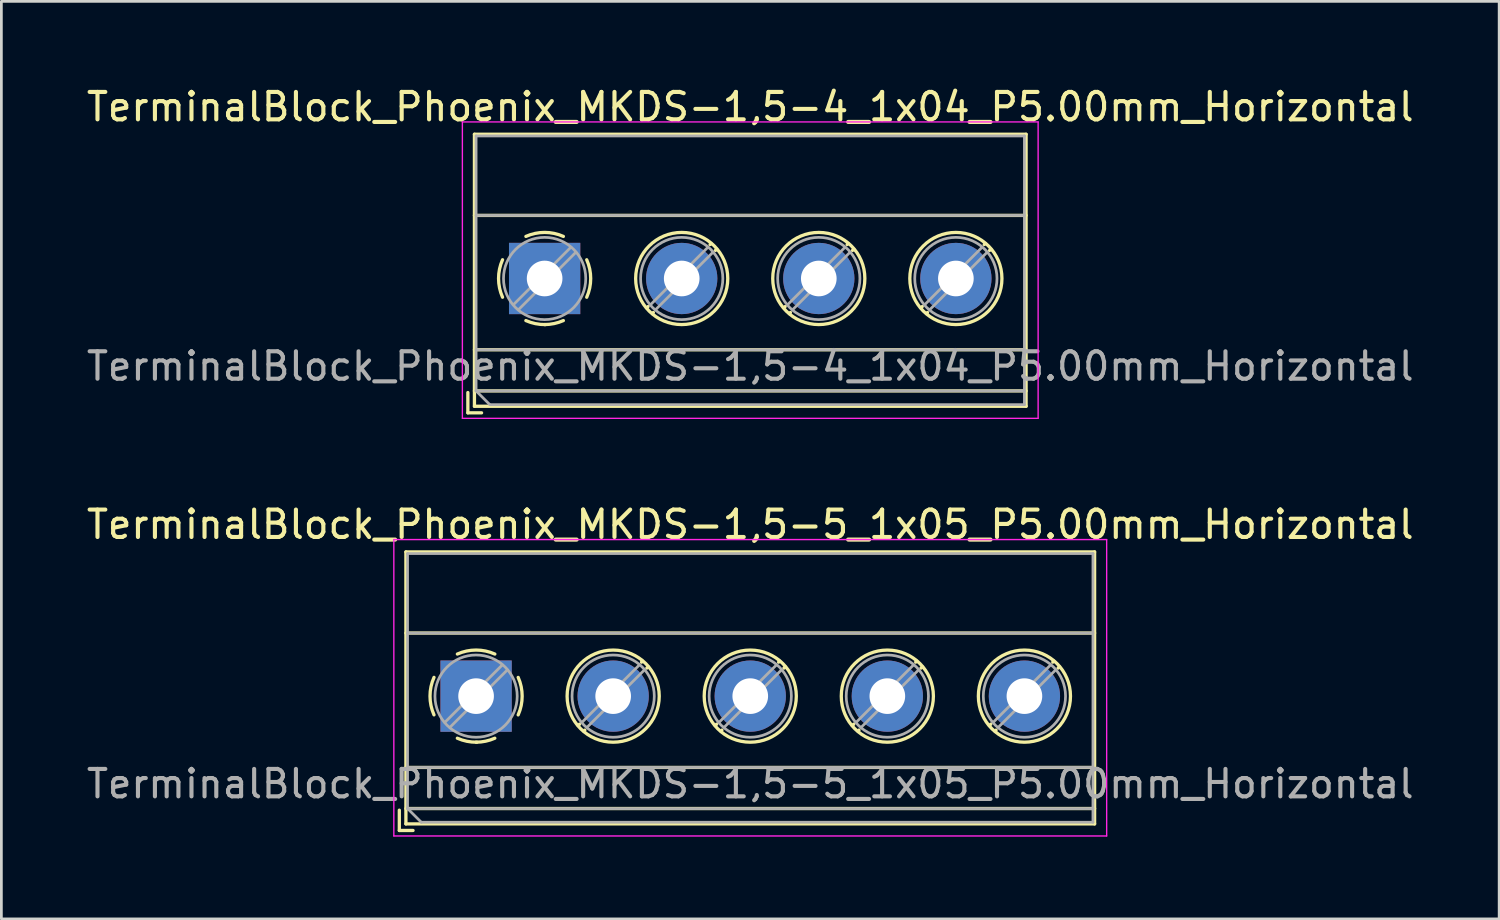
<source format=kicad_pcb>
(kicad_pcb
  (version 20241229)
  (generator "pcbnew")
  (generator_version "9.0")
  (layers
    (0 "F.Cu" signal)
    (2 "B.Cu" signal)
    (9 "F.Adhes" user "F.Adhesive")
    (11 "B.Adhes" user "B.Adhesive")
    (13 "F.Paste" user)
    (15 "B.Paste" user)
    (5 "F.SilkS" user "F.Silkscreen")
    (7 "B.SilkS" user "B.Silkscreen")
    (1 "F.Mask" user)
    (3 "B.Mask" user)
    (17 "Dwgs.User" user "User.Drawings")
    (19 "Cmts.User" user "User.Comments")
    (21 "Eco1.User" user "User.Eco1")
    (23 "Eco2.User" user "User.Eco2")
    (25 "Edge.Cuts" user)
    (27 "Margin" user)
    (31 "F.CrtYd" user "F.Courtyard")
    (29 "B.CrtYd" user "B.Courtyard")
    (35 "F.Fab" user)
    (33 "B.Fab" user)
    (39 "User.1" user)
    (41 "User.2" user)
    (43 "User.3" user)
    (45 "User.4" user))
  (footprint "TerminalBlock_Phoenix_MKDS-1,5-5_1x05_P5.00mm_Horizontal"
    (layer "F.Cu")
    (at 14.315 22.341)
    (property "Reference" "TerminalBlock_Phoenix_MKDS-1,5-5_1x05_P5.00mm_Horizontal" (at 10 -6.26 0) (layer "F.SilkS") (effects (font (size 1 1) (thickness 0.15))))
    (attr through_hole)
    (fp_line (start -2.8 4.16) (end -2.8 4.9) (stroke (width 0.12) (type solid)) (layer "F.SilkS"))
    (fp_line (start -2.8 4.9) (end -2.3 4.9) (stroke (width 0.12) (type solid)) (layer "F.SilkS"))
    (fp_line (start -2.56 -5.261) (end -2.56 4.66) (stroke (width 0.12) (type solid)) (layer "F.SilkS"))
    (fp_line (start -2.56 -5.261) (end 22.56 -5.261) (stroke (width 0.12) (type solid)) (layer "F.SilkS"))
    (fp_line (start -2.56 -2.301) (end 22.56 -2.301) (stroke (width 0.12) (type solid)) (layer "F.SilkS"))
    (fp_line (start -2.56 2.6) (end 22.56 2.6) (stroke (width 0.12) (type solid)) (layer "F.SilkS"))
    (fp_line (start -2.56 4.1) (end 22.56 4.1) (stroke (width 0.12) (type solid)) (layer "F.SilkS"))
    (fp_line (start -2.56 4.66) (end 22.56 4.66) (stroke (width 0.12) (type solid)) (layer "F.SilkS"))
    (fp_line (start 3.773 1.023) (end 3.726 1.069) (stroke (width 0.12) (type solid)) (layer "F.SilkS"))
    (fp_line (start 3.966 1.239) (end 3.931 1.274) (stroke (width 0.12) (type solid)) (layer "F.SilkS"))
    (fp_line (start 6.07 -1.275) (end 6.035 -1.239) (stroke (width 0.12) (type solid)) (layer "F.SilkS"))
    (fp_line (start 6.275 -1.069) (end 6.228 -1.023) (stroke (width 0.12) (type solid)) (layer "F.SilkS"))
    (fp_line (start 8.773 1.023) (end 8.726 1.069) (stroke (width 0.12) (type solid)) (layer "F.SilkS"))
    (fp_line (start 8.966 1.239) (end 8.931 1.274) (stroke (width 0.12) (type solid)) (layer "F.SilkS"))
    (fp_line (start 11.07 -1.275) (end 11.035 -1.239) (stroke (width 0.12) (type solid)) (layer "F.SilkS"))
    (fp_line (start 11.275 -1.069) (end 11.228 -1.023) (stroke (width 0.12) (type solid)) (layer "F.SilkS"))
    (fp_line (start 13.773 1.023) (end 13.726 1.069) (stroke (width 0.12) (type solid)) (layer "F.SilkS"))
    (fp_line (start 13.966 1.239) (end 13.931 1.274) (stroke (width 0.12) (type solid)) (layer "F.SilkS"))
    (fp_line (start 16.07 -1.275) (end 16.035 -1.239) (stroke (width 0.12) (type solid)) (layer "F.SilkS"))
    (fp_line (start 16.275 -1.069) (end 16.228 -1.023) (stroke (width 0.12) (type solid)) (layer "F.SilkS"))
    (fp_line (start 18.773 1.023) (end 18.726 1.069) (stroke (width 0.12) (type solid)) (layer "F.SilkS"))
    (fp_line (start 18.966 1.239) (end 18.931 1.274) (stroke (width 0.12) (type solid)) (layer "F.SilkS"))
    (fp_line (start 21.07 -1.275) (end 21.035 -1.239) (stroke (width 0.12) (type solid)) (layer "F.SilkS"))
    (fp_line (start 21.275 -1.069) (end 21.228 -1.023) (stroke (width 0.12) (type solid)) (layer "F.SilkS"))
    (fp_line (start 22.56 -5.261) (end 22.56 4.66) (stroke (width 0.12) (type solid)) (layer "F.SilkS"))
    (fp_arc (start -1.535427 0.683042) (mid -1.680501 -0.000524) (end -1.535 -0.684) (stroke (width 0.12) (type solid)) (layer "F.SilkS"))
    (fp_arc (start -0.683042 -1.535427) (mid 0.000524 -1.680501) (end 0.684 -1.535) (stroke (width 0.12) (type solid)) (layer "F.SilkS"))
    (fp_arc (start 0.028805 1.680253) (mid -0.335551 1.646659) (end -0.684 1.535) (stroke (width 0.12) (type solid)) (layer "F.SilkS"))
    (fp_arc (start 0.683318 1.534756) (mid 0.349292 1.643288) (end 0 1.68) (stroke (width 0.12) (type solid)) (layer "F.SilkS"))
    (fp_arc (start 1.535427 -0.683042) (mid 1.680501 0.000524) (end 1.535 0.684) (stroke (width 0.12) (type solid)) (layer "F.SilkS"))
    (fp_circle (center 5 0) (end 6.68 0) (stroke (width 0.12) (type solid)) (fill no) (layer "F.SilkS"))
    (fp_circle (center 10 0) (end 11.68 0) (stroke (width 0.12) (type solid)) (fill no) (layer "F.SilkS"))
    (fp_circle (center 15 0) (end 16.68 0) (stroke (width 0.12) (type solid)) (fill no) (layer "F.SilkS"))
    (fp_circle (center 20 0) (end 21.68 0) (stroke (width 0.12) (type solid)) (fill no) (layer "F.SilkS"))
    (fp_line (start -3 -5.71) (end -3 5.1) (stroke (width 0.05) (type solid)) (layer "F.CrtYd"))
    (fp_line (start -3 5.1) (end 23 5.1) (stroke (width 0.05) (type solid)) (layer "F.CrtYd"))
    (fp_line (start 23 -5.71) (end -3 -5.71) (stroke (width 0.05) (type solid)) (layer "F.CrtYd"))
    (fp_line (start 23 5.1) (end 23 -5.71) (stroke (width 0.05) (type solid)) (layer "F.CrtYd"))
    (fp_line (start -2.5 -5.2) (end 22.5 -5.2) (stroke (width 0.1) (type solid)) (layer "F.Fab"))
    (fp_line (start -2.5 -2.3) (end 22.5 -2.3) (stroke (width 0.1) (type solid)) (layer "F.Fab"))
    (fp_line (start -2.5 2.6) (end 22.5 2.6) (stroke (width 0.1) (type solid)) (layer "F.Fab"))
    (fp_line (start -2.5 4.1) (end -2.5 -5.2) (stroke (width 0.1) (type solid)) (layer "F.Fab"))
    (fp_line (start -2.5 4.1) (end 22.5 4.1) (stroke (width 0.1) (type solid)) (layer "F.Fab"))
    (fp_line (start -2 4.6) (end -2.5 4.1) (stroke (width 0.1) (type solid)) (layer "F.Fab"))
    (fp_line (start 0.955 -1.138) (end -1.138 0.955) (stroke (width 0.1) (type solid)) (layer "F.Fab"))
    (fp_line (start 1.138 -0.955) (end -0.955 1.138) (stroke (width 0.1) (type solid)) (layer "F.Fab"))
    (fp_line (start 5.955 -1.138) (end 3.863 0.955) (stroke (width 0.1) (type solid)) (layer "F.Fab"))
    (fp_line (start 6.138 -0.955) (end 4.046 1.138) (stroke (width 0.1) (type solid)) (layer "F.Fab"))
    (fp_line (start 10.955 -1.138) (end 8.863 0.955) (stroke (width 0.1) (type solid)) (layer "F.Fab"))
    (fp_line (start 11.138 -0.955) (end 9.046 1.138) (stroke (width 0.1) (type solid)) (layer "F.Fab"))
    (fp_line (start 15.955 -1.138) (end 13.863 0.955) (stroke (width 0.1) (type solid)) (layer "F.Fab"))
    (fp_line (start 16.138 -0.955) (end 14.046 1.138) (stroke (width 0.1) (type solid)) (layer "F.Fab"))
    (fp_line (start 20.955 -1.138) (end 18.863 0.955) (stroke (width 0.1) (type solid)) (layer "F.Fab"))
    (fp_line (start 21.138 -0.955) (end 19.046 1.138) (stroke (width 0.1) (type solid)) (layer "F.Fab"))
    (fp_line (start 22.5 -5.2) (end 22.5 4.6) (stroke (width 0.1) (type solid)) (layer "F.Fab"))
    (fp_line (start 22.5 4.6) (end -2 4.6) (stroke (width 0.1) (type solid)) (layer "F.Fab"))
    (fp_circle (center 0 0) (end 1.5 0) (stroke (width 0.1) (type solid)) (fill no) (layer "F.Fab"))
    (fp_circle (center 5 0) (end 6.5 0) (stroke (width 0.1) (type solid)) (fill no) (layer "F.Fab"))
    (fp_circle (center 10 0) (end 11.5 0) (stroke (width 0.1) (type solid)) (fill no) (layer "F.Fab"))
    (fp_circle (center 15 0) (end 16.5 0) (stroke (width 0.1) (type solid)) (fill no) (layer "F.Fab"))
    (fp_circle (center 20 0) (end 21.5 0) (stroke (width 0.1) (type solid)) (fill no) (layer "F.Fab"))
    (fp_text user "${REFERENCE}" (at 10 3.2 0) (layer "F.Fab") (effects (font (size 1 1) (thickness 0.15))))
    (pad "1" thru_hole rect (at 0 0) (size 2.6 2.6) (drill 1.3) (layers "*.Cu" "*.Mask"))
    (pad "2" thru_hole circle (at 5 0) (size 2.6 2.6) (drill 1.3) (layers "*.Cu" "*.Mask"))
    (pad "3" thru_hole circle (at 10 0) (size 2.6 2.6) (drill 1.3) (layers "*.Cu" "*.Mask"))
    (pad "4" thru_hole circle (at 15 0) (size 2.6 2.6) (drill 1.3) (layers "*.Cu" "*.Mask"))
    (pad "5" thru_hole circle (at 20 0) (size 2.6 2.6) (drill 1.3) (layers "*.Cu" "*.Mask")))
  (footprint "TerminalBlock_Phoenix_MKDS-1,5-4_1x04_P5.00mm_Horizontal"
    (layer "F.Cu")
    (at 16.815 7.108)
    (property "Reference" "TerminalBlock_Phoenix_MKDS-1,5-4_1x04_P5.00mm_Horizontal" (at 7.5 -6.26 0) (layer "F.SilkS") (effects (font (size 1 1) (thickness 0.15))))
    (attr through_hole)
    (fp_line (start -2.8 4.16) (end -2.8 4.9) (stroke (width 0.12) (type solid)) (layer "F.SilkS"))
    (fp_line (start -2.8 4.9) (end -2.3 4.9) (stroke (width 0.12) (type solid)) (layer "F.SilkS"))
    (fp_line (start -2.56 -5.261) (end -2.56 4.66) (stroke (width 0.12) (type solid)) (layer "F.SilkS"))
    (fp_line (start -2.56 -5.261) (end 17.561 -5.261) (stroke (width 0.12) (type solid)) (layer "F.SilkS"))
    (fp_line (start -2.56 -2.301) (end 17.561 -2.301) (stroke (width 0.12) (type solid)) (layer "F.SilkS"))
    (fp_line (start -2.56 2.6) (end 17.561 2.6) (stroke (width 0.12) (type solid)) (layer "F.SilkS"))
    (fp_line (start -2.56 4.1) (end 17.561 4.1) (stroke (width 0.12) (type solid)) (layer "F.SilkS"))
    (fp_line (start -2.56 4.66) (end 17.561 4.66) (stroke (width 0.12) (type solid)) (layer "F.SilkS"))
    (fp_line (start 3.773 1.023) (end 3.726 1.069) (stroke (width 0.12) (type solid)) (layer "F.SilkS"))
    (fp_line (start 3.966 1.239) (end 3.931 1.274) (stroke (width 0.12) (type solid)) (layer "F.SilkS"))
    (fp_line (start 6.07 -1.275) (end 6.035 -1.239) (stroke (width 0.12) (type solid)) (layer "F.SilkS"))
    (fp_line (start 6.275 -1.069) (end 6.228 -1.023) (stroke (width 0.12) (type solid)) (layer "F.SilkS"))
    (fp_line (start 8.773 1.023) (end 8.726 1.069) (stroke (width 0.12) (type solid)) (layer "F.SilkS"))
    (fp_line (start 8.966 1.239) (end 8.931 1.274) (stroke (width 0.12) (type solid)) (layer "F.SilkS"))
    (fp_line (start 11.07 -1.275) (end 11.035 -1.239) (stroke (width 0.12) (type solid)) (layer "F.SilkS"))
    (fp_line (start 11.275 -1.069) (end 11.228 -1.023) (stroke (width 0.12) (type solid)) (layer "F.SilkS"))
    (fp_line (start 13.773 1.023) (end 13.726 1.069) (stroke (width 0.12) (type solid)) (layer "F.SilkS"))
    (fp_line (start 13.966 1.239) (end 13.931 1.274) (stroke (width 0.12) (type solid)) (layer "F.SilkS"))
    (fp_line (start 16.07 -1.275) (end 16.035 -1.239) (stroke (width 0.12) (type solid)) (layer "F.SilkS"))
    (fp_line (start 16.275 -1.069) (end 16.228 -1.023) (stroke (width 0.12) (type solid)) (layer "F.SilkS"))
    (fp_line (start 17.561 -5.261) (end 17.561 4.66) (stroke (width 0.12) (type solid)) (layer "F.SilkS"))
    (fp_arc (start -1.535427 0.683042) (mid -1.680501 -0.000524) (end -1.535 -0.684) (stroke (width 0.12) (type solid)) (layer "F.SilkS"))
    (fp_arc (start -0.683042 -1.535427) (mid 0.000524 -1.680501) (end 0.684 -1.535) (stroke (width 0.12) (type solid)) (layer "F.SilkS"))
    (fp_arc (start 0.028805 1.680253) (mid -0.335551 1.646659) (end -0.684 1.535) (stroke (width 0.12) (type solid)) (layer "F.SilkS"))
    (fp_arc (start 0.683318 1.534756) (mid 0.349292 1.643288) (end 0 1.68) (stroke (width 0.12) (type solid)) (layer "F.SilkS"))
    (fp_arc (start 1.535427 -0.683042) (mid 1.680501 0.000524) (end 1.535 0.684) (stroke (width 0.12) (type solid)) (layer "F.SilkS"))
    (fp_circle (center 5 0) (end 6.68 0) (stroke (width 0.12) (type solid)) (fill no) (layer "F.SilkS"))
    (fp_circle (center 10 0) (end 11.68 0) (stroke (width 0.12) (type solid)) (fill no) (layer "F.SilkS"))
    (fp_circle (center 15 0) (end 16.68 0) (stroke (width 0.12) (type solid)) (fill no) (layer "F.SilkS"))
    (fp_line (start -3 -5.71) (end -3 5.1) (stroke (width 0.05) (type solid)) (layer "F.CrtYd"))
    (fp_line (start -3 5.1) (end 18 5.1) (stroke (width 0.05) (type solid)) (layer "F.CrtYd"))
    (fp_line (start 18 -5.71) (end -3 -5.71) (stroke (width 0.05) (type solid)) (layer "F.CrtYd"))
    (fp_line (start 18 5.1) (end 18 -5.71) (stroke (width 0.05) (type solid)) (layer "F.CrtYd"))
    (fp_line (start -2.5 -5.2) (end 17.5 -5.2) (stroke (width 0.1) (type solid)) (layer "F.Fab"))
    (fp_line (start -2.5 -2.3) (end 17.5 -2.3) (stroke (width 0.1) (type solid)) (layer "F.Fab"))
    (fp_line (start -2.5 2.6) (end 17.5 2.6) (stroke (width 0.1) (type solid)) (layer "F.Fab"))
    (fp_line (start -2.5 4.1) (end -2.5 -5.2) (stroke (width 0.1) (type solid)) (layer "F.Fab"))
    (fp_line (start -2.5 4.1) (end 17.5 4.1) (stroke (width 0.1) (type solid)) (layer "F.Fab"))
    (fp_line (start -2 4.6) (end -2.5 4.1) (stroke (width 0.1) (type solid)) (layer "F.Fab"))
    (fp_line (start 0.955 -1.138) (end -1.138 0.955) (stroke (width 0.1) (type solid)) (layer "F.Fab"))
    (fp_line (start 1.138 -0.955) (end -0.955 1.138) (stroke (width 0.1) (type solid)) (layer "F.Fab"))
    (fp_line (start 5.955 -1.138) (end 3.863 0.955) (stroke (width 0.1) (type solid)) (layer "F.Fab"))
    (fp_line (start 6.138 -0.955) (end 4.046 1.138) (stroke (width 0.1) (type solid)) (layer "F.Fab"))
    (fp_line (start 10.955 -1.138) (end 8.863 0.955) (stroke (width 0.1) (type solid)) (layer "F.Fab"))
    (fp_line (start 11.138 -0.955) (end 9.046 1.138) (stroke (width 0.1) (type solid)) (layer "F.Fab"))
    (fp_line (start 15.955 -1.138) (end 13.863 0.955) (stroke (width 0.1) (type solid)) (layer "F.Fab"))
    (fp_line (start 16.138 -0.955) (end 14.046 1.138) (stroke (width 0.1) (type solid)) (layer "F.Fab"))
    (fp_line (start 17.5 -5.2) (end 17.5 4.6) (stroke (width 0.1) (type solid)) (layer "F.Fab"))
    (fp_line (start 17.5 4.6) (end -2 4.6) (stroke (width 0.1) (type solid)) (layer "F.Fab"))
    (fp_circle (center 0 0) (end 1.5 0) (stroke (width 0.1) (type solid)) (fill no) (layer "F.Fab"))
    (fp_circle (center 5 0) (end 6.5 0) (stroke (width 0.1) (type solid)) (fill no) (layer "F.Fab"))
    (fp_circle (center 10 0) (end 11.5 0) (stroke (width 0.1) (type solid)) (fill no) (layer "F.Fab"))
    (fp_circle (center 15 0) (end 16.5 0) (stroke (width 0.1) (type solid)) (fill no) (layer "F.Fab"))
    (fp_text user "${REFERENCE}" (at 7.5 3.2 0) (layer "F.Fab") (effects (font (size 1 1) (thickness 0.15))))
    (pad "1" thru_hole rect (at 0 0) (size 2.6 2.6) (drill 1.3) (layers "*.Cu" "*.Mask"))
    (pad "2" thru_hole circle (at 5 0) (size 2.6 2.6) (drill 1.3) (layers "*.Cu" "*.Mask"))
    (pad "3" thru_hole circle (at 10 0) (size 2.6 2.6) (drill 1.3) (layers "*.Cu" "*.Mask"))
    (pad "4" thru_hole circle (at 15 0) (size 2.6 2.6) (drill 1.3) (layers "*.Cu" "*.Mask")))
  (gr_rect
    (start -3 -3)
    (end 51.631 30.466)
    (stroke (width 0.1) (type default))
    (fill no)
    (layer "Edge.Cuts")))
</source>
